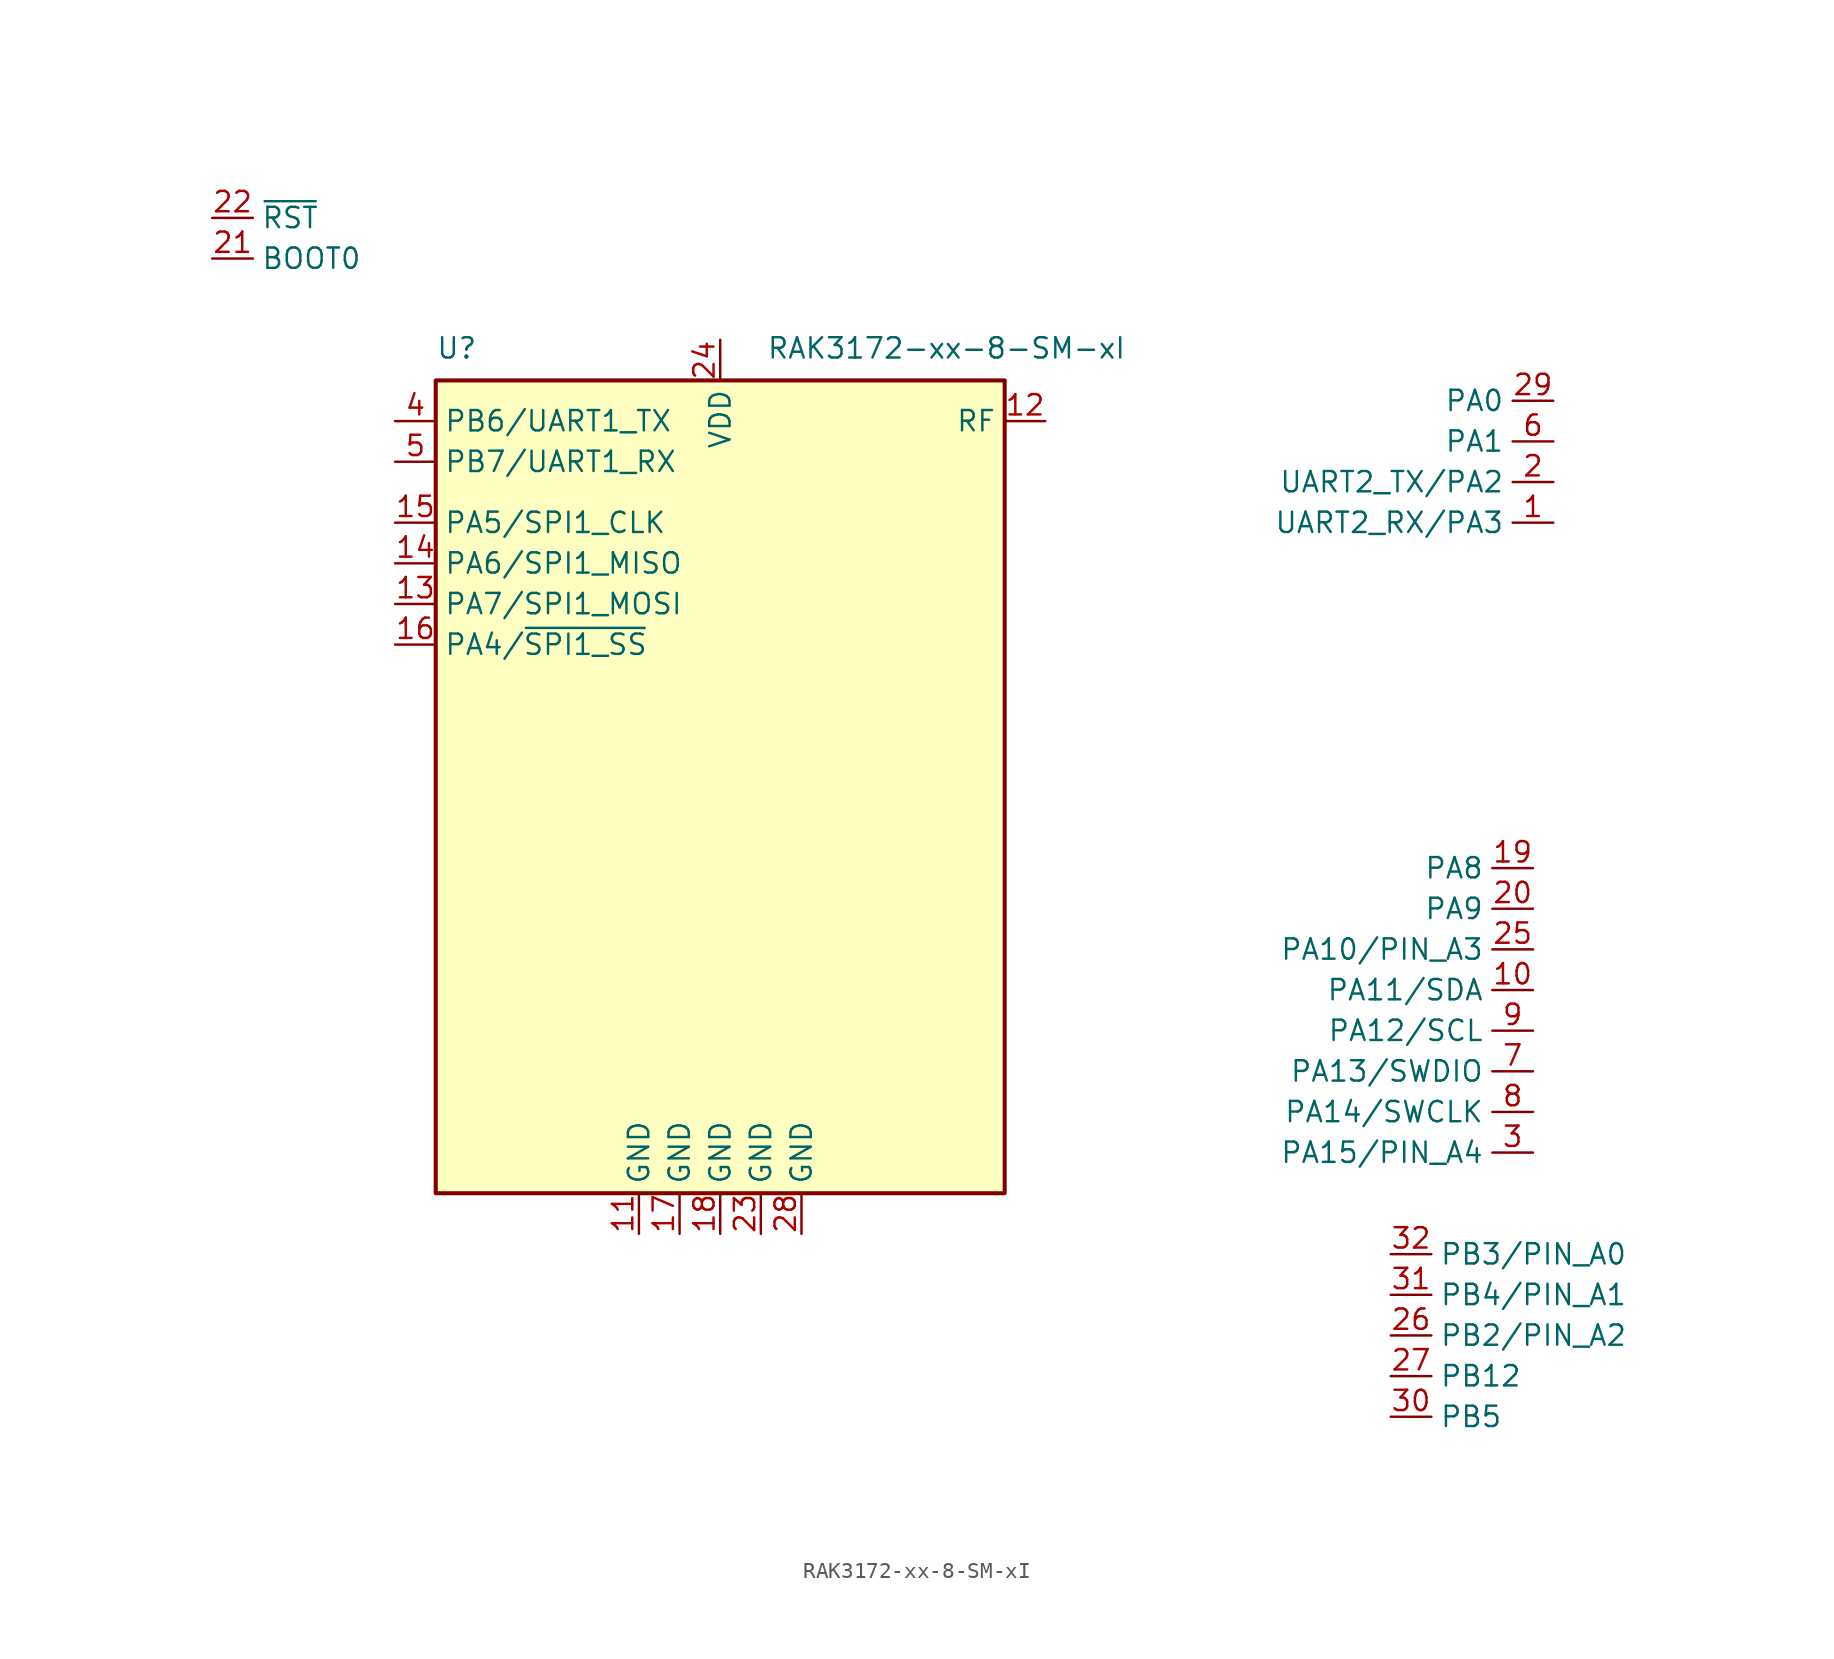
<source format=kicad_sym>
(kicad_symbol_lib
  (version 20241209)
  (generator "kicad_symbol_editor")
  (generator_version "9.0")
  (symbol "RAK3172-xx-8-SM-xI"
    (property "Reference" "U"
      (at -17.78 26.67 0)
      (effects (font (size 1.27 1.27)) (justify left bottom)))
    (property "Value" "RAK3172-xx-8-SM-xI"
      (at 25.4 26.67 0)
      (effects (font (size 1.27 1.27)) (justify right bottom)))
    (symbol "RAK3172-xx-8-SM-xI_0_0"
      (pin input line (at -31.75 33.02 0) (length 2.54) (name "BOOT0" (effects (font (size 1.27 1.27)))) (number "21" (effects (font (size 1.27 1.27)))))
      (pin bidirectional line (at 41.91 -36.83 0) (length 2.54) (name "PB12" (effects (font (size 1.27 1.27)))) (number "27" (effects (font (size 1.27 1.27)))))
      (pin bidirectional line (at 41.91 -39.37 0) (length 2.54) (name "PB5" (effects (font (size 1.27 1.27)))) (number "30" (effects (font (size 1.27 1.27)))))
      (pin bidirectional line (at 50.8 -5.08 180) (length 2.54) (name "PA8" (effects (font (size 1.27 1.27)))) (number "19" (effects (font (size 1.27 1.27)))))
      (pin bidirectional line (at 50.8 -7.62 180) (length 2.54) (name "PA9" (effects (font (size 1.27 1.27)))) (number "20" (effects (font (size 1.27 1.27)))))
      (pin bidirectional line (at 52.07 24.13 180) (length 2.54) (name "PA0" (effects (font (size 1.27 1.27)))) (number "29" (effects (font (size 1.27 1.27)))))
      (pin bidirectional line (at 52.07 21.59 180) (length 2.54) (name "PA1" (effects (font (size 1.27 1.27)))) (number "6" (effects (font (size 1.27 1.27)))))
      (pin bidirectional line (at 52.07 19.05 180) (length 2.54) (name "UART2_TX/PA2" (effects (font (size 1.27 1.27)))) (number "2" (effects (font (size 1.27 1.27)))))
      (pin bidirectional line (at 52.07 16.51 180) (length 2.54) (name "UART2_RX/PA3" (effects (font (size 1.27 1.27)))) (number "1" (effects (font (size 1.27 1.27))))))
    (symbol "RAK3172-xx-8-SM-xI_1_0"
      (rectangle (start -17.78 25.4) (end 17.78 -25.4) (stroke (width 0.254) (type default)) (fill (type background)))
      (pin passive line (at -31.75 35.56 0) (length 2.54) (name "~{RST}" (effects (font (size 1.27 1.27)))) (number "22" (effects (font (size 1.27 1.27)))))
      (pin bidirectional line (at -20.32 22.86 0) (length 2.54) (name "PB6/UART1_TX" (effects (font (size 1.27 1.27)))) (number "4" (effects (font (size 1.27 1.27)))))
      (pin bidirectional line (at -20.32 20.32 0) (length 2.54) (name "PB7/UART1_RX" (effects (font (size 1.27 1.27)))) (number "5" (effects (font (size 1.27 1.27)))))
      (pin bidirectional line (at -20.32 16.51 0) (length 2.54) (name "PA5/SPI1_CLK" (effects (font (size 1.27 1.27)))) (number "15" (effects (font (size 1.27 1.27)))))
      (pin bidirectional line (at -20.32 13.97 0) (length 2.54) (name "PA6/SPI1_MISO" (effects (font (size 1.27 1.27)))) (number "14" (effects (font (size 1.27 1.27)))))
      (pin bidirectional line (at -20.32 11.43 0) (length 2.54) (name "PA7/SPI1_MOSI" (effects (font (size 1.27 1.27)))) (number "13" (effects (font (size 1.27 1.27)))))
      (pin bidirectional line (at -20.32 8.89 0) (length 2.54) (name "PA4/~{SPI1_SS}" (effects (font (size 1.27 1.27)))) (number "16" (effects (font (size 1.27 1.27)))))
      (pin power_in line (at -5.08 -27.94 90) (length 2.54) (name "GND" (effects (font (size 1.27 1.27)))) (number "11" (effects (font (size 1.27 1.27)))))
      (pin passive line (at -2.54 -27.94 90) (length 2.54) (name "GND" (effects (font (size 1.27 1.27)))) (number "17" (effects (font (size 1.27 1.27)))))
      (pin power_in line (at 0 27.94 270) (length 2.54) (name "VDD" (effects (font (size 1.27 1.27)))) (number "24" (effects (font (size 1.27 1.27)))))
      (pin passive line (at 0 -27.94 90) (length 2.54) (name "GND" (effects (font (size 1.27 1.27)))) (number "18" (effects (font (size 1.27 1.27)))))
      (pin passive line (at 2.54 -27.94 90) (length 2.54) (name "GND" (effects (font (size 1.27 1.27)))) (number "23" (effects (font (size 1.27 1.27)))))
      (pin passive line (at 5.08 -27.94 90) (length 2.54) (name "GND" (effects (font (size 1.27 1.27)))) (number "28" (effects (font (size 1.27 1.27)))))
      (pin passive line (at 20.32 22.86 180) (length 2.54) (name "RF" (effects (font (size 1.27 1.27)))) (number "12" (effects (font (size 1.27 1.27)))))
      (pin bidirectional line (at 41.91 -29.21 0) (length 2.54) (name "PB3/PIN_A0" (effects (font (size 1.27 1.27)))) (number "32" (effects (font (size 1.27 1.27)))))
      (pin bidirectional line (at 41.91 -31.75 0) (length 2.54) (name "PB4/PIN_A1" (effects (font (size 1.27 1.27)))) (number "31" (effects (font (size 1.27 1.27)))))
      (pin bidirectional line (at 41.91 -34.29 0) (length 2.54) (name "PB2/PIN_A2" (effects (font (size 1.27 1.27)))) (number "26" (effects (font (size 1.27 1.27)))))
      (pin bidirectional line (at 50.8 -10.16 180) (length 2.54) (name "PA10/PIN_A3" (effects (font (size 1.27 1.27)))) (number "25" (effects (font (size 1.27 1.27)))))
      (pin bidirectional line (at 50.8 -12.7 180) (length 2.54) (name "PA11/SDA" (effects (font (size 1.27 1.27)))) (number "10" (effects (font (size 1.27 1.27)))))
      (pin bidirectional line (at 50.8 -15.24 180) (length 2.54) (name "PA12/SCL" (effects (font (size 1.27 1.27)))) (number "9" (effects (font (size 1.27 1.27)))))
      (pin bidirectional line (at 50.8 -17.78 180) (length 2.54) (name "PA13/SWDIO" (effects (font (size 1.27 1.27)))) (number "7" (effects (font (size 1.27 1.27)))))
      (pin bidirectional line (at 50.8 -20.32 180) (length 2.54) (name "PA14/SWCLK" (effects (font (size 1.27 1.27)))) (number "8" (effects (font (size 1.27 1.27)))))
      (pin bidirectional line (at 50.8 -22.86 180) (length 2.54) (name "PA15/PIN_A4" (effects (font (size 1.27 1.27)))) (number "3" (effects (font (size 1.27 1.27))))))))
</source>
